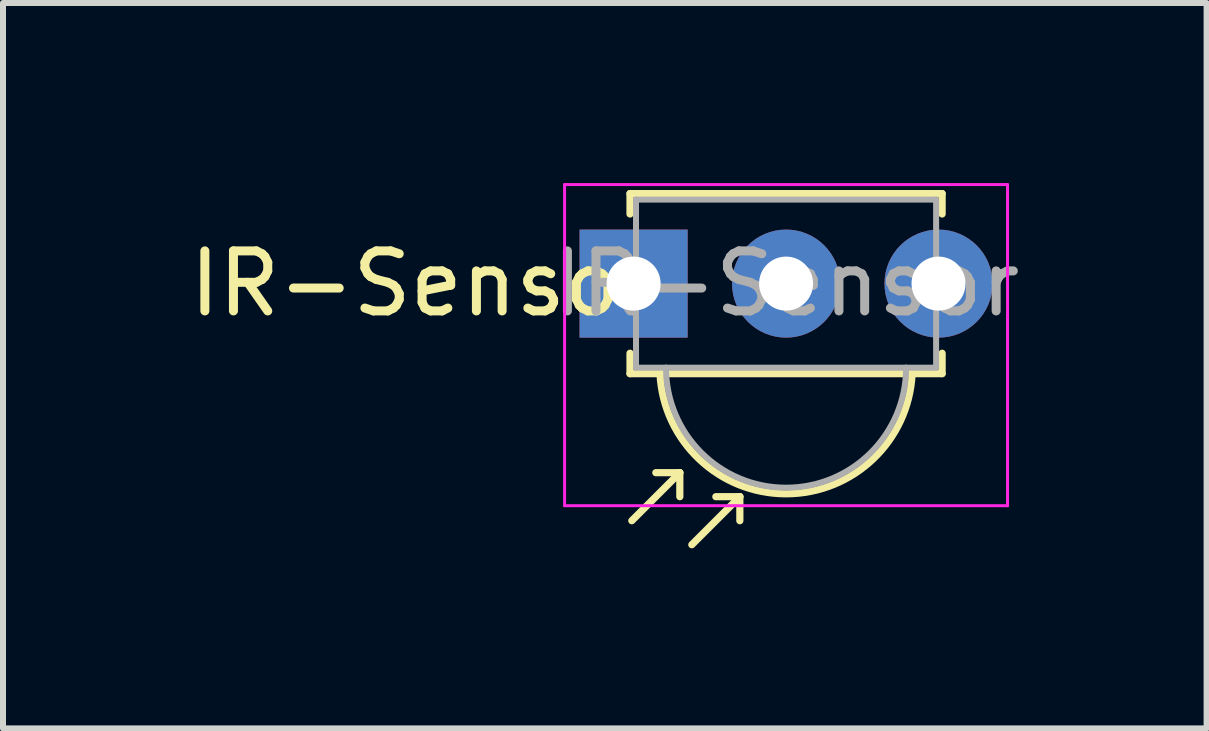
<source format=kicad_pcb>
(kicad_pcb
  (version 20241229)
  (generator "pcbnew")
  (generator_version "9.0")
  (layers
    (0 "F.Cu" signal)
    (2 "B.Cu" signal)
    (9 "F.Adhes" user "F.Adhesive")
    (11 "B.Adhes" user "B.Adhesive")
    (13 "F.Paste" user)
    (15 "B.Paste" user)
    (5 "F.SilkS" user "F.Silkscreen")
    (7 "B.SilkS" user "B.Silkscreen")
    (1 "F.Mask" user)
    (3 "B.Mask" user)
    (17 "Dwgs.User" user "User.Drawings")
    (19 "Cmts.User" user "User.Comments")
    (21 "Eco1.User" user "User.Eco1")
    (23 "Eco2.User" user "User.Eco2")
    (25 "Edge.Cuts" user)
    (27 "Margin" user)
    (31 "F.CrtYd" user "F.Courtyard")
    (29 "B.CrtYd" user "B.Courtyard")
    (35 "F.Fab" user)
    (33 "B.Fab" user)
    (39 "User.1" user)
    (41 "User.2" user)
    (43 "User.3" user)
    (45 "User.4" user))
  (footprint "IR-Sensor"
    (layer "F.Cu")
    (at 7.506 1.675)
    (property "Reference" "IR-Sensor" (at -3.5 0 180) (layer "F.SilkS") (effects (font (size 1 1) (thickness 0.15))))
    (attr through_hole)
    (fp_line (start -0.06 -1.5) (end -0.06 -1.16) (stroke (width 0.12) (type solid)) (layer "F.SilkS"))
    (fp_line (start -0.06 1.5) (end -0.06 1.16) (stroke (width 0.12) (type solid)) (layer "F.SilkS"))
    (fp_line (start 0.77 3.15) (end -0.03 3.95) (stroke (width 0.12) (type solid)) (layer "F.SilkS"))
    (fp_line (start 0.77 3.15) (end 0.37 3.15) (stroke (width 0.12) (type solid)) (layer "F.SilkS"))
    (fp_line (start 0.77 3.15) (end 0.77 3.55) (stroke (width 0.12) (type solid)) (layer "F.SilkS"))
    (fp_line (start 1.77 3.55) (end 0.97 4.35) (stroke (width 0.12) (type solid)) (layer "F.SilkS"))
    (fp_line (start 1.77 3.55) (end 1.37 3.55) (stroke (width 0.12) (type solid)) (layer "F.SilkS"))
    (fp_line (start 1.77 3.55) (end 1.77 3.95) (stroke (width 0.12) (type solid)) (layer "F.SilkS"))
    (fp_line (start 5.14 -1.5) (end -0.06 -1.5) (stroke (width 0.12) (type solid)) (layer "F.SilkS"))
    (fp_line (start 5.14 -1.16) (end 5.14 -1.5) (stroke (width 0.12) (type solid)) (layer "F.SilkS"))
    (fp_line (start 5.14 1.16) (end 5.14 1.5) (stroke (width 0.12) (type solid)) (layer "F.SilkS"))
    (fp_line (start 5.14 1.5) (end -0.06 1.5) (stroke (width 0.12) (type solid)) (layer "F.SilkS"))
    (fp_arc (start 4.64 1.5) (mid 2.540869 3.502379) (end 0.440083 1.501736) (stroke (width 0.12) (type solid)) (layer "F.SilkS"))
    (fp_line (start -1.15 -1.65) (end -1.15 3.7) (stroke (width 0.05) (type solid)) (layer "F.CrtYd"))
    (fp_line (start -1.15 -1.65) (end 6.23 -1.65) (stroke (width 0.05) (type solid)) (layer "F.CrtYd"))
    (fp_line (start 6.23 3.7) (end -1.15 3.7) (stroke (width 0.05) (type solid)) (layer "F.CrtYd"))
    (fp_line (start 6.23 3.7) (end 6.23 -1.65) (stroke (width 0.05) (type solid)) (layer "F.CrtYd"))
    (fp_line (start 0.04 -1.4) (end 5.04 -1.4) (stroke (width 0.1) (type solid)) (layer "F.Fab"))
    (fp_line (start 0.04 1.4) (end 0.04 -1.4) (stroke (width 0.1) (type solid)) (layer "F.Fab"))
    (fp_line (start 5.04 -1.4) (end 5.04 1.4) (stroke (width 0.1) (type solid)) (layer "F.Fab"))
    (fp_line (start 5.04 1.4) (end 0.04 1.4) (stroke (width 0.1) (type solid)) (layer "F.Fab"))
    (fp_arc (start 4.54 1.4) (mid 2.54 3.4) (end 0.54 1.4) (stroke (width 0.1) (type solid)) (layer "F.Fab"))
    (fp_text user "${REFERENCE}" (at 2.54 0 0) (layer "F.Fab") (effects (font (size 1 1) (thickness 0.15))))
    (pad "1" thru_hole rect (at 0 0) (size 1.8 1.8) (drill 0.9) (layers "*.Cu" "*.Mask"))
    (pad "2" thru_hole circle (at 2.54 0) (size 1.8 1.8) (drill 0.9) (layers "*.Cu" "*.Mask"))
    (pad "3" thru_hole circle (at 5.08 0) (size 1.8 1.8) (drill 0.9) (layers "*.Cu" "*.Mask")))
  (gr_rect
    (start -3 -3)
    (end 17.052 9.085)
    (stroke (width 0.1) (type default))
    (fill no)
    (layer "Edge.Cuts")))
</source>
